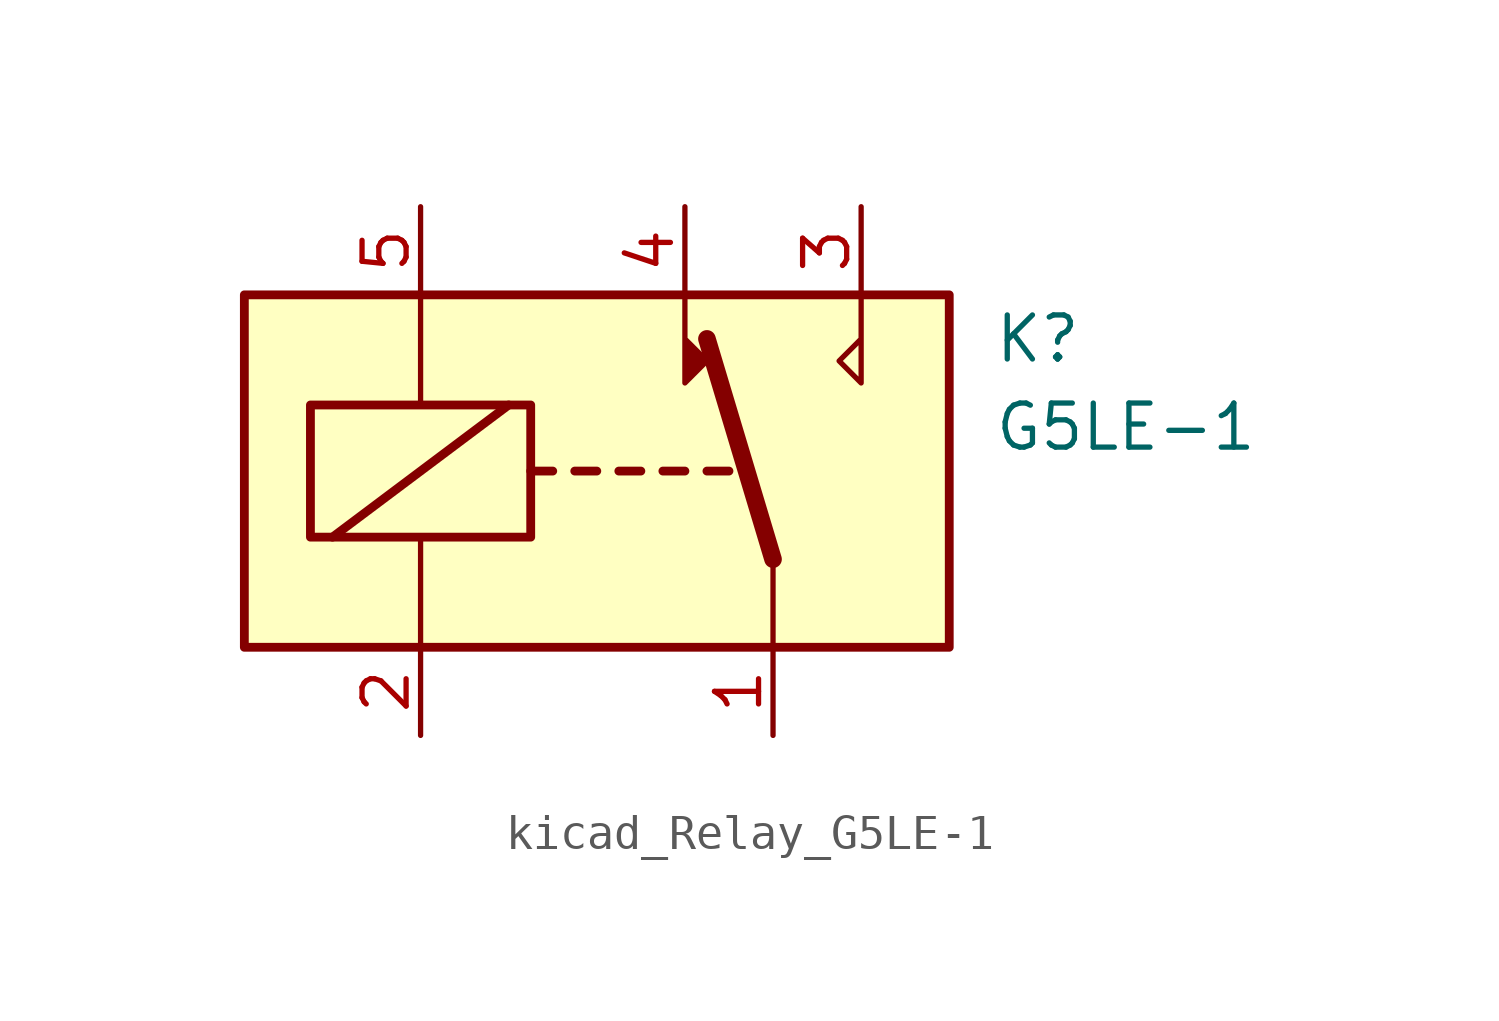
<source format=kicad_sym>
(kicad_symbol_lib
  (version 20220914)
  (generator kicad_symbol_editor)
  (symbol "kicad_Relay_G5LE-1"
    (property "Reference" "K"
      (at 11.43 3.81 0)
      (effects (font (size 1.27 1.27)) (justify left)))
    (property "Value" "G5LE-1"
      (at 11.43 1.27 0)
      (effects (font (size 1.27 1.27)) (justify left)))
    (symbol "kicad_Relay_G5LE-1_0_0"
      (polyline (pts (xy 7.62 5.08) (xy 7.62 2.54) (xy 6.985 3.175) (xy 7.62 3.81)) (stroke (width 0) (type default)) (fill (type none))))
    (symbol "kicad_Relay_G5LE-1_0_1"
      (rectangle (start -10.16 5.08) (end 10.16 -5.08) (stroke (width 0.254) (type default)) (fill (type background)))
      (rectangle (start -8.255 1.905) (end -1.905 -1.905) (stroke (width 0.254) (type default)) (fill (type none)))
      (polyline (pts (xy -7.62 -1.905) (xy -2.54 1.905)) (stroke (width 0.254) (type default)) (fill (type none)))
      (polyline (pts (xy -5.08 -5.08) (xy -5.08 -1.905)) (stroke (width 0) (type default)) (fill (type none)))
      (polyline (pts (xy -5.08 5.08) (xy -5.08 1.905)) (stroke (width 0) (type default)) (fill (type none)))
      (polyline (pts (xy -1.905 0) (xy -1.27 0)) (stroke (width 0.254) (type default)) (fill (type none)))
      (polyline (pts (xy -0.635 0) (xy 0 0)) (stroke (width 0.254) (type default)) (fill (type none)))
      (polyline (pts (xy 0.635 0) (xy 1.27 0)) (stroke (width 0.254) (type default)) (fill (type none)))
      (polyline (pts (xy 1.905 0) (xy 2.54 0)) (stroke (width 0.254) (type default)) (fill (type none)))
      (polyline (pts (xy 3.175 0) (xy 3.81 0)) (stroke (width 0.254) (type default)) (fill (type none)))
      (polyline (pts (xy 5.08 -2.54) (xy 3.175 3.81)) (stroke (width 0.508) (type default)) (fill (type none)))
      (polyline (pts (xy 5.08 -2.54) (xy 5.08 -5.08)) (stroke (width 0) (type default)) (fill (type none)))
      (polyline (pts (xy 2.54 5.08) (xy 2.54 2.54) (xy 3.175 3.175) (xy 2.54 3.81)) (stroke (width 0) (type default)) (fill (type outline))))
    (symbol "kicad_Relay_G5LE-1_1_1"
      (pin passive line (at 5.08 -7.62 90) (length 2.54) (name "~" (effects (font (size 1.27 1.27)))) (number "1" (effects (font (size 1.27 1.27)))))
      (pin passive line (at -5.08 -7.62 90) (length 2.54) (name "~" (effects (font (size 1.27 1.27)))) (number "2" (effects (font (size 1.27 1.27)))))
      (pin passive line (at 7.62 7.62 270) (length 2.54) (name "~" (effects (font (size 1.27 1.27)))) (number "3" (effects (font (size 1.27 1.27)))))
      (pin passive line (at 2.54 7.62 270) (length 2.54) (name "~" (effects (font (size 1.27 1.27)))) (number "4" (effects (font (size 1.27 1.27)))))
      (pin passive line (at -5.08 7.62 270) (length 2.54) (name "~" (effects (font (size 1.27 1.27)))) (number "5" (effects (font (size 1.27 1.27))))))))
</source>
